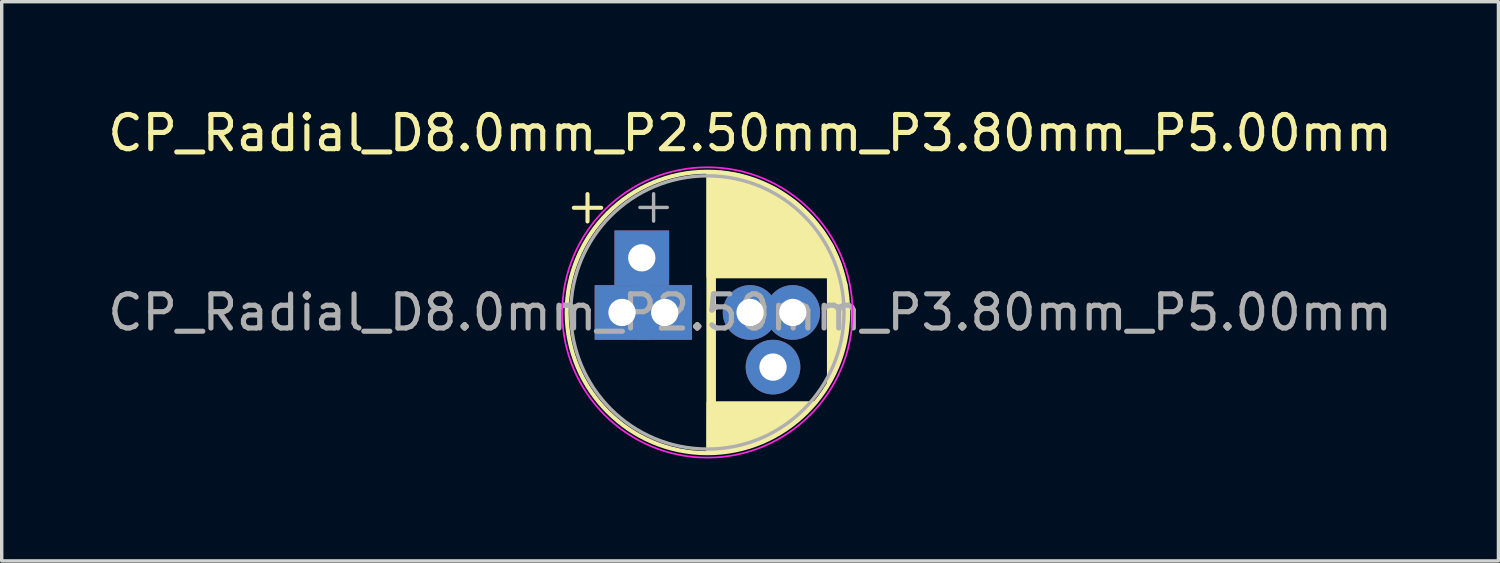
<source format=kicad_pcb>
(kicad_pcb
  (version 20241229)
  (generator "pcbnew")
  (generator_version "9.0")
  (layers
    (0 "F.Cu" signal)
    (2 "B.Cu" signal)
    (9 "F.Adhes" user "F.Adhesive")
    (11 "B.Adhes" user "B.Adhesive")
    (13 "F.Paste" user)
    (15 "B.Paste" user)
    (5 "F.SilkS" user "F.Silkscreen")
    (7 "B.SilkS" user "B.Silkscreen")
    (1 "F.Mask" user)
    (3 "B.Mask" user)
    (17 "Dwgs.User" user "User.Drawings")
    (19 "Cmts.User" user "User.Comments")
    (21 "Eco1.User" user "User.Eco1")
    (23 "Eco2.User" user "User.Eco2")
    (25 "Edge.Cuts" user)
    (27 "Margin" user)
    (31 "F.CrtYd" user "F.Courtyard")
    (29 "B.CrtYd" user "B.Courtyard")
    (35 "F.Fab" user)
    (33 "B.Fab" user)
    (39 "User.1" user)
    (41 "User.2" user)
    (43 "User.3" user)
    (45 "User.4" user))
  (footprint "CP_Radial_D8.0mm_P2.50mm_P3.80mm_P5.00mm"
    (layer "F.Cu")
    (at 16.411 6.098)
    (property "Reference" "CP_Radial_D8.0mm_P2.50mm_P3.80mm_P5.00mm" (at 2.5 -5.25 0) (layer "F.SilkS") (effects (font (size 1 1) (thickness 0.15))))
    (attr through_hole)
    (fp_line (start -2.66 -3.065) (end -1.86 -3.065) (stroke (width 0.12) (type solid)) (layer "F.SilkS"))
    (fp_line (start -2.26 -3.465) (end -2.26 -2.665) (stroke (width 0.12) (type solid)) (layer "F.SilkS"))
    (fp_line (start 1.27 -4.1) (end 1.27 4.1) (stroke (width 0.1) (type solid)) (layer "F.SilkS"))
    (fp_circle (center 1.25 0) (end 5.37 0) (stroke (width 0.12) (type solid)) (fill no) (layer "F.SilkS"))
    (fp_poly (pts (xy 1.45 2.625) (xy 1.3 2.625) (xy 1.3 -1) (xy 1.45 -1)) (stroke (width 0.1) (type solid)) (fill yes) (layer "F.SilkS"))
    (fp_poly (pts (xy 3.925 3.075) (xy 3.225 3.6) (xy 2.35 3.9) (xy 1.45 4.1) (xy 1.27 4.1) (xy 1.275 2.65) (xy 4.4 2.65)) (stroke (width 0.1) (type solid)) (fill yes) (layer "F.SilkS"))
    (fp_poly (pts (xy 5.3 -0.825) (xy 5.35 -0.175) (xy 5.325 0.425) (xy 5.15 1.275) (xy 4.925 1.8) (xy 4.8 2.075) (xy 4.8 -1.05) (xy 5.175 -1.05)) (stroke (width 0.1) (type solid)) (fill yes) (layer "F.SilkS"))
    (fp_poly (pts (xy 2.15 -4.025) (xy 2.65 -3.875) (xy 3.225 -3.625) (xy 3.825 -3.225) (xy 4.275 -2.8) (xy 4.625 -2.375) (xy 4.9 -1.95) (xy 5.125 -1.425) (xy 5.225 -1.05) (xy 1.275 -1.05) (xy 1.275 -4.1) (xy 1.65 -4.1)) (stroke (width 0.1) (type solid)) (fill yes) (layer "F.SilkS"))
    (fp_circle (center 1.25 0) (end 5.5 0) (stroke (width 0.05) (type solid)) (fill no) (layer "F.CrtYd"))
    (fp_line (start -0.725 -3.075) (end 0.075 -3.075) (stroke (width 0.1) (type solid)) (layer "F.Fab"))
    (fp_line (start -0.325 -3.475) (end -0.325 -2.675) (stroke (width 0.1) (type solid)) (layer "F.Fab"))
    (fp_circle (center 1.25 0) (end 5.25 0) (stroke (width 0.1) (type solid)) (fill no) (layer "F.Fab"))
    (fp_text user "${REFERENCE}" (at 2.5 0 0) (layer "F.Fab") (effects (font (size 1 1) (thickness 0.15))))
    (pad "1" thru_hole rect (at -1.25 0) (size 1.6 1.6) (drill 0.8) (layers "*.Cu" "*.Mask"))
    (pad "1" thru_hole rect (at -0.671 -1.6) (size 1.6 1.6) (drill 0.8) (layers "*.Cu" "*.Mask"))
    (pad "1" thru_hole rect (at 0 0) (size 1.6 1.6) (drill 0.8) (layers "*.Cu" "*.Mask"))
    (pad "2" thru_hole circle (at 2.5 0) (size 1.6 1.6) (drill 0.8) (layers "*.Cu" "*.Mask"))
    (pad "2" thru_hole circle (at 3.171 1.6) (size 1.6 1.6) (drill 0.8) (layers "*.Cu" "*.Mask"))
    (pad "2" thru_hole circle (at 3.75 0) (size 1.6 1.6) (drill 0.8) (layers "*.Cu" "*.Mask")))
  (gr_rect
    (start -3 -3)
    (end 40.821 13.373)
    (stroke (width 0.1) (type default))
    (fill no)
    (layer "Edge.Cuts")))
</source>
